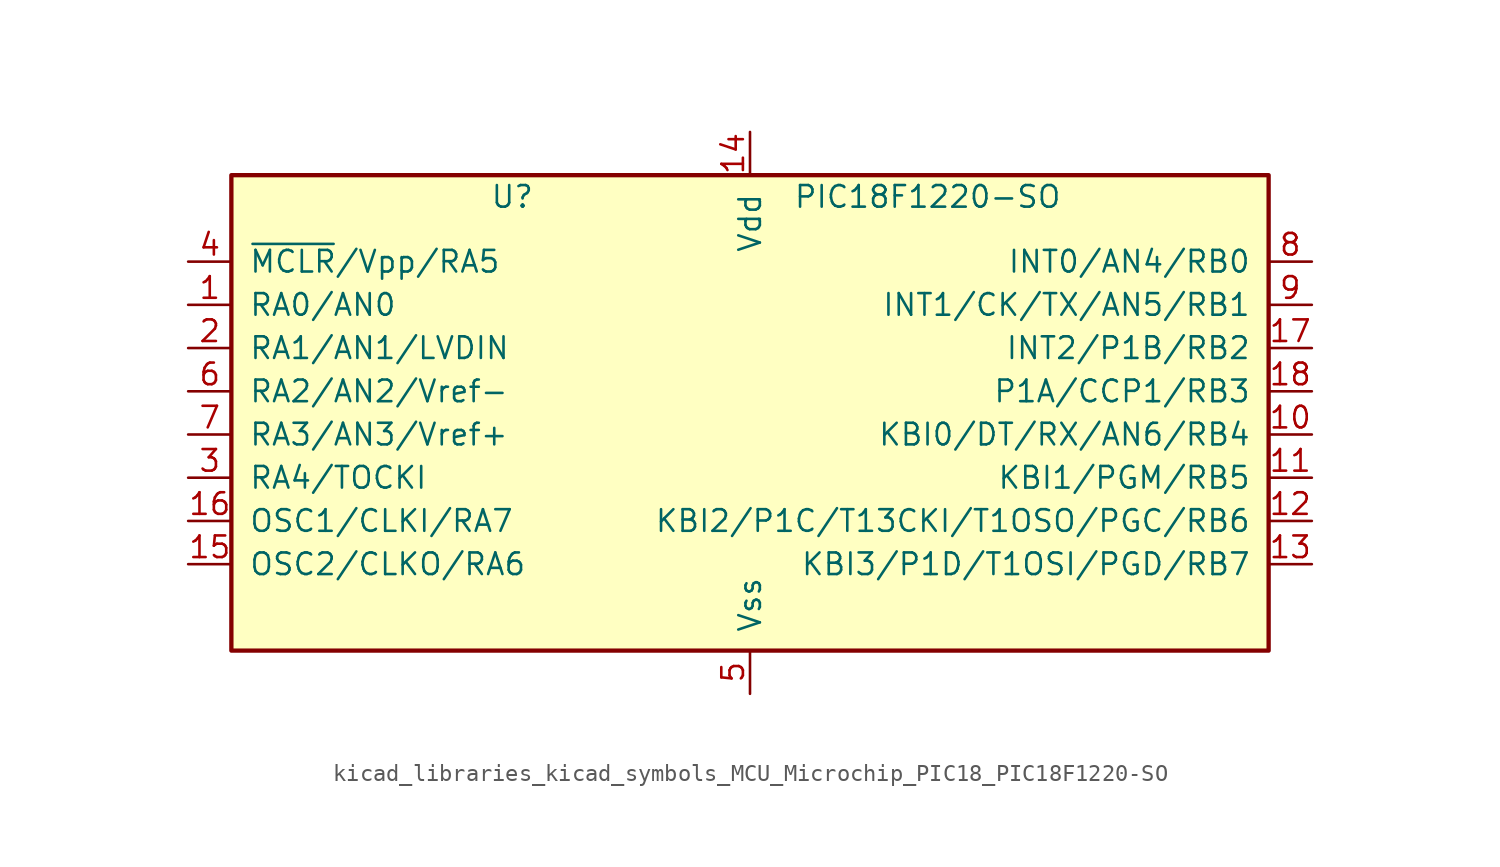
<source format=kicad_sym>
(kicad_symbol_lib
  (version 20220914)
  (generator kicad_symbol_editor)
  (symbol "kicad_libraries_kicad_symbols_MCU_Microchip_PIC18_PIC18F1220-SO"
    (pin_names
      (offset 1.016))
    (property "Reference" "U"
      (at -13.97 13.97 0)
      (effects (font (size 1.27 1.27))))
    (property "Value" "PIC18F1220-SO"
      (at 2.54 13.97 0)
      (effects (font (size 1.27 1.27)) (justify left)))
    (symbol "kicad_libraries_kicad_symbols_MCU_Microchip_PIC18_PIC18F1220-SO_0_1"
      (rectangle (start -30.48 15.24) (end 30.48 -12.7) (stroke (width 0.254) (type default)) (fill (type background))))
    (symbol "kicad_libraries_kicad_symbols_MCU_Microchip_PIC18_PIC18F1220-SO_1_1"
      (pin input line (at -33.02 7.62 0) (length 2.54) (name "RA0/AN0" (effects (font (size 1.27 1.27)))) (number "1" (effects (font (size 1.27 1.27)))))
      (pin input line (at 33.02 0 180) (length 2.54) (name "KBI0/DT/RX/AN6/RB4" (effects (font (size 1.27 1.27)))) (number "10" (effects (font (size 1.27 1.27)))))
      (pin input line (at 33.02 -2.54 180) (length 2.54) (name "KBI1/PGM/RB5" (effects (font (size 1.27 1.27)))) (number "11" (effects (font (size 1.27 1.27)))))
      (pin input line (at 33.02 -5.08 180) (length 2.54) (name "KBI2/P1C/T13CKI/T1OSO/PGC/RB6" (effects (font (size 1.27 1.27)))) (number "12" (effects (font (size 1.27 1.27)))))
      (pin input line (at 33.02 -7.62 180) (length 2.54) (name "KBI3/P1D/T1OSI/PGD/RB7" (effects (font (size 1.27 1.27)))) (number "13" (effects (font (size 1.27 1.27)))))
      (pin power_in line (at 0 17.78 270) (length 2.54) (name "Vdd" (effects (font (size 1.27 1.27)))) (number "14" (effects (font (size 1.27 1.27)))))
      (pin input line (at -33.02 -7.62 0) (length 2.54) (name "OSC2/CLKO/RA6" (effects (font (size 1.27 1.27)))) (number "15" (effects (font (size 1.27 1.27)))))
      (pin input line (at -33.02 -5.08 0) (length 2.54) (name "OSC1/CLKI/RA7" (effects (font (size 1.27 1.27)))) (number "16" (effects (font (size 1.27 1.27)))))
      (pin input line (at 33.02 5.08 180) (length 2.54) (name "INT2/P1B/RB2" (effects (font (size 1.27 1.27)))) (number "17" (effects (font (size 1.27 1.27)))))
      (pin input line (at 33.02 2.54 180) (length 2.54) (name "P1A/CCP1/RB3" (effects (font (size 1.27 1.27)))) (number "18" (effects (font (size 1.27 1.27)))))
      (pin input line (at -33.02 5.08 0) (length 2.54) (name "RA1/AN1/LVDIN" (effects (font (size 1.27 1.27)))) (number "2" (effects (font (size 1.27 1.27)))))
      (pin input line (at -33.02 -2.54 0) (length 2.54) (name "RA4/TOCKI" (effects (font (size 1.27 1.27)))) (number "3" (effects (font (size 1.27 1.27)))))
      (pin input line (at -33.02 10.16 0) (length 2.54) (name "~{MCLR}/Vpp/RA5" (effects (font (size 1.27 1.27)))) (number "4" (effects (font (size 1.27 1.27)))))
      (pin power_in line (at 0 -15.24 90) (length 2.54) (name "Vss" (effects (font (size 1.27 1.27)))) (number "5" (effects (font (size 1.27 1.27)))))
      (pin input line (at -33.02 2.54 0) (length 2.54) (name "RA2/AN2/Vref-" (effects (font (size 1.27 1.27)))) (number "6" (effects (font (size 1.27 1.27)))))
      (pin input line (at -33.02 0 0) (length 2.54) (name "RA3/AN3/Vref+" (effects (font (size 1.27 1.27)))) (number "7" (effects (font (size 1.27 1.27)))))
      (pin input line (at 33.02 10.16 180) (length 2.54) (name "INT0/AN4/RB0" (effects (font (size 1.27 1.27)))) (number "8" (effects (font (size 1.27 1.27)))))
      (pin input line (at 33.02 7.62 180) (length 2.54) (name "INT1/CK/TX/AN5/RB1" (effects (font (size 1.27 1.27)))) (number "9" (effects (font (size 1.27 1.27))))))))
</source>
